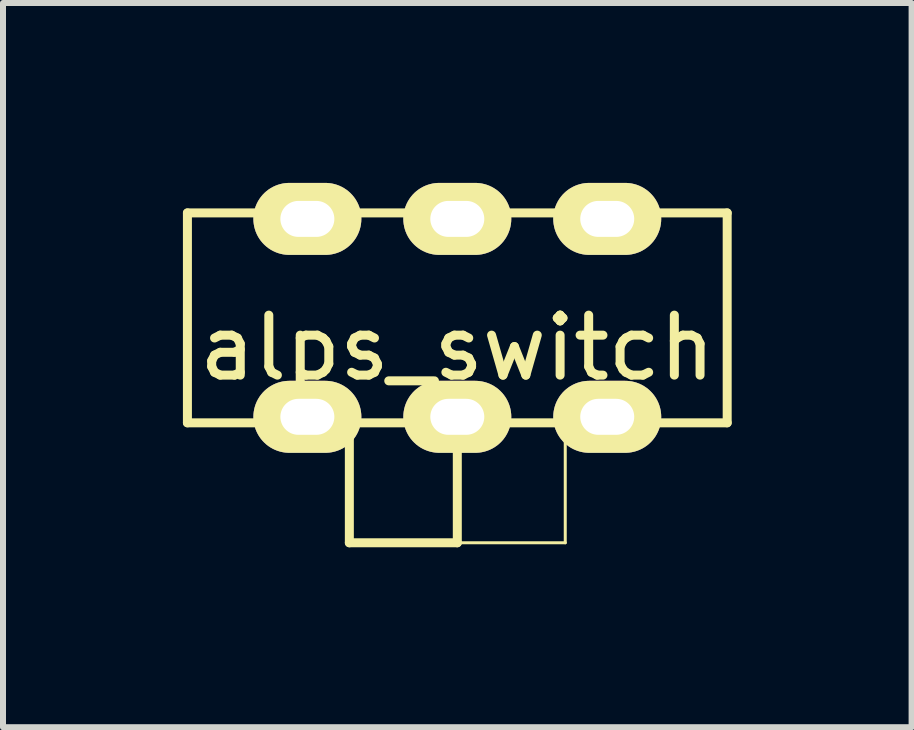
<source format=kicad_pcb>
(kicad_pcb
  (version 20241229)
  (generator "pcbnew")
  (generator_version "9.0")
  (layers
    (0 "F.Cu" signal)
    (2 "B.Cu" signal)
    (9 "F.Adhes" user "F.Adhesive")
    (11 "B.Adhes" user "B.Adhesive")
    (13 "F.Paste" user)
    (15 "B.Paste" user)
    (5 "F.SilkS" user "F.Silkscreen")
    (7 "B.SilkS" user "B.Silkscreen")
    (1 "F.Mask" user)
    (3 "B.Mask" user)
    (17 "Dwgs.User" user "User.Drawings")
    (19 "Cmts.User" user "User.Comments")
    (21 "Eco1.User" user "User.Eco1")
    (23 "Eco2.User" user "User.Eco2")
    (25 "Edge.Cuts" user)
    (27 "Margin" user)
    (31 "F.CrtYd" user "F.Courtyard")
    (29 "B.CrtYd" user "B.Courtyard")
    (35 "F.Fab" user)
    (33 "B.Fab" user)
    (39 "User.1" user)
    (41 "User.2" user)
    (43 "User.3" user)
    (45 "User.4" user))
  (footprint "alps_switch"
    (layer "F.Cu")
    (at 4.575 2.25)
    (property "Reference" "alps_switch" (at 0 0.5 0) (layer "F.SilkS") (effects (font (size 1 1) (thickness 0.15))))
    (attr through_hole)
    (fp_line (start -4.5 -1.75) (end 4.5 -1.75) (stroke (width 0.15) (type solid)) (layer "F.SilkS"))
    (fp_line (start -4.5 1.75) (end -4.5 -1.75) (stroke (width 0.15) (type solid)) (layer "F.SilkS"))
    (fp_line (start -1.8 1.75) (end -1.8 3.75) (stroke (width 0.15) (type solid)) (layer "F.SilkS"))
    (fp_line (start -1.8 3.75) (end 0 3.75) (stroke (width 0.15) (type solid)) (layer "F.SilkS"))
    (fp_line (start 0 1.75) (end 0 3.75) (stroke (width 0.15) (type solid)) (layer "F.SilkS"))
    (fp_line (start 0 3.75) (end 1.8 3.75) (stroke (width 0.05) (type solid)) (layer "F.SilkS"))
    (fp_line (start 1.8 3.75) (end 1.8 1.75) (stroke (width 0.05) (type solid)) (layer "F.SilkS"))
    (fp_line (start 4.5 -1.75) (end 4.5 1.75) (stroke (width 0.15) (type solid)) (layer "F.SilkS"))
    (fp_line (start 4.5 1.75) (end -4.5 1.75) (stroke (width 0.15) (type solid)) (layer "F.SilkS"))
    (pad "1" thru_hole oval (at -2.5 -1.65) (size 1.8 1.2) (drill oval 0.9 0.6) (layers "*.Cu" "*.Mask" "F.SilkS"))
    (pad "2" thru_hole oval (at 0 -1.65) (size 1.8 1.2) (drill oval 0.9 0.6) (layers "*.Cu" "*.Mask" "F.SilkS"))
    (pad "3" thru_hole oval (at 2.5 -1.65) (size 1.8 1.2) (drill oval 0.9 0.6) (layers "*.Cu" "*.Mask" "F.SilkS"))
    (pad "4" thru_hole oval (at -2.5 1.65) (size 1.8 1.2) (drill oval 0.9 0.6) (layers "*.Cu" "*.Mask" "F.SilkS"))
    (pad "5" thru_hole oval (at 0 1.65) (size 1.8 1.2) (drill oval 0.9 0.6) (layers "*.Cu" "*.Mask" "F.SilkS"))
    (pad "6" thru_hole oval (at 2.5 1.65) (size 1.8 1.2) (drill oval 0.9 0.6) (layers "*.Cu" "*.Mask" "F.SilkS")))
  (gr_rect
    (start -3 -3)
    (end 12.15 9.075)
    (stroke (width 0.1) (type default))
    (fill no)
    (layer "Edge.Cuts")))
</source>
